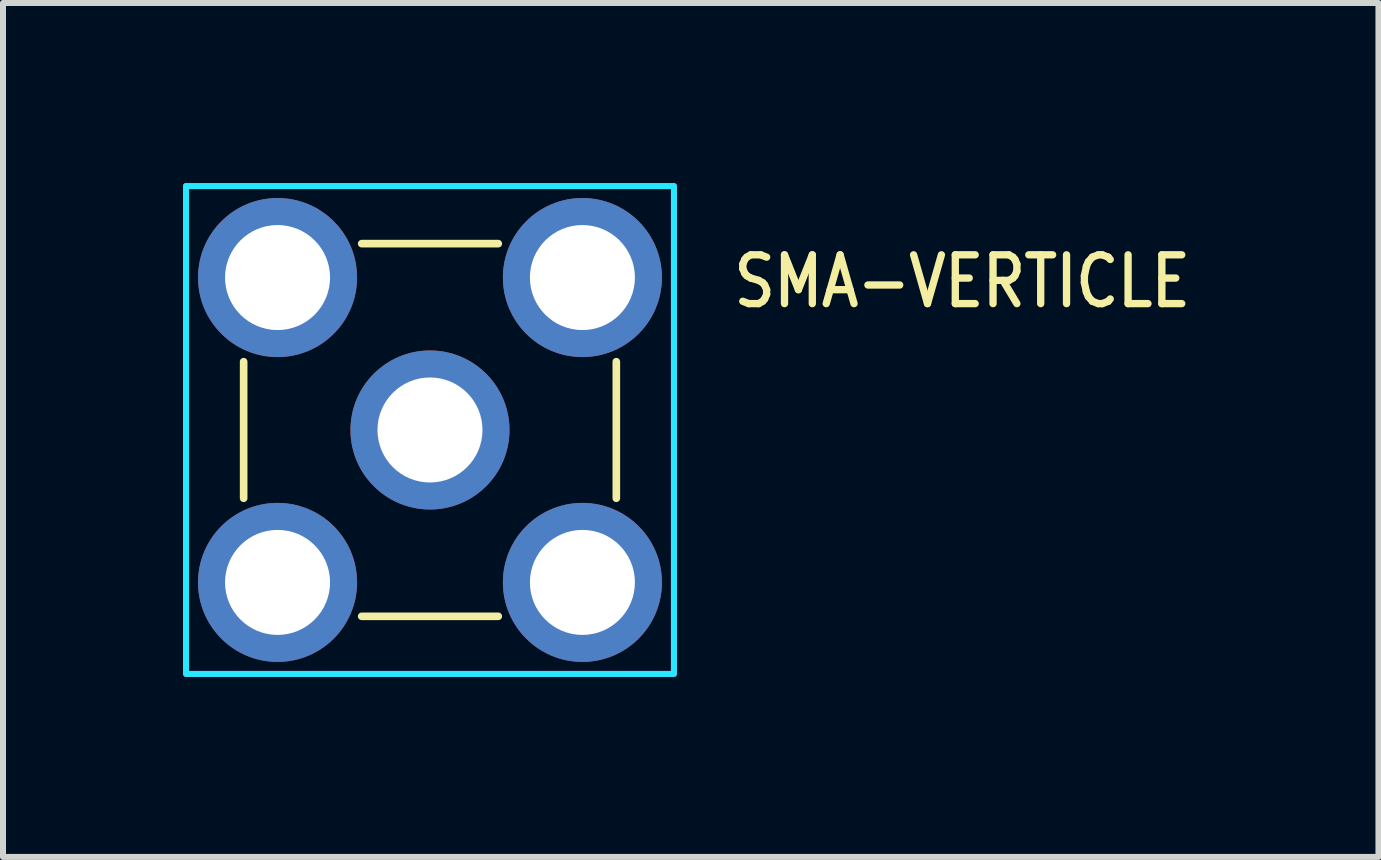
<source format=kicad_pcb>
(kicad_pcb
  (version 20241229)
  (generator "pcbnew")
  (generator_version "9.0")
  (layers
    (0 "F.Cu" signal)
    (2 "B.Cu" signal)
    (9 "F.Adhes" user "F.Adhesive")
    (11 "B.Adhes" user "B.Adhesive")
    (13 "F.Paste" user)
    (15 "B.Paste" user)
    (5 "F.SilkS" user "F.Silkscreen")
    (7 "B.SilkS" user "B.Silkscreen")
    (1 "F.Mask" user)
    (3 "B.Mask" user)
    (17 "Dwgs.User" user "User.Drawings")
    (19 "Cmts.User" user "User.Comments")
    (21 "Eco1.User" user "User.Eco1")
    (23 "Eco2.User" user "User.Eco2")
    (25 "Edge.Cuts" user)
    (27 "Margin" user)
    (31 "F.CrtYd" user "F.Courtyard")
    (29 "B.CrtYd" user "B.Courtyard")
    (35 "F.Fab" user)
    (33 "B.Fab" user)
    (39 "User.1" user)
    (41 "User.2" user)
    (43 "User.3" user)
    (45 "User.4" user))
  (footprint "SMA-VERTICLE"
    (layer "F.Cu")
    (at 4.115 4.115)
    (property "Reference" "SMA-VERTICLE" (at 5 -2 0) (unlocked yes) (layer "F.SilkS") (effects (font (size 0.813 0.695) (thickness 0.122)) (justify left bottom)))
    (fp_line (start -3.105 -1.138) (end -3.105 1.138) (stroke (width 0.127) (type solid)) (layer "F.SilkS"))
    (fp_line (start 1.138 -3.105) (end -1.138 -3.105) (stroke (width 0.127) (type solid)) (layer "F.SilkS"))
    (fp_line (start 1.138 3.105) (end -1.138 3.105) (stroke (width 0.127) (type solid)) (layer "F.SilkS"))
    (fp_line (start 3.105 -1.138) (end 3.105 1.138) (stroke (width 0.127) (type solid)) (layer "F.SilkS"))
    (fp_poly (pts (xy -4.065 -4.065) (xy 4.065 -4.065) (xy 4.065 4.065) (xy -4.065 4.065)) (stroke (width 0.1) (type solid)) (fill no) (layer "B.CrtYd"))
    (fp_poly (pts (xy -4.065 -4.065) (xy 4.065 -4.065) (xy 4.065 4.065) (xy -4.065 4.065)) (stroke (width 0.1) (type solid)) (fill no) (layer "F.CrtYd"))
    (pad "1" thru_hole oval (at -2.54 -2.54) (size 2.65 2.65) (drill 1.75) (layers "*.Cu" "*.Mask"))
    (pad "2" thru_hole oval (at -2.54 2.54) (size 2.65 2.65) (drill 1.75) (layers "*.Cu" "*.Mask"))
    (pad "3" thru_hole oval (at 2.54 2.54) (size 2.65 2.65) (drill 1.75) (layers "*.Cu" "*.Mask"))
    (pad "4" thru_hole oval (at 2.54 -2.54) (size 2.65 2.65) (drill 1.75) (layers "*.Cu" "*.Mask"))
    (pad "5" thru_hole oval (at 0 0) (size 2.65 2.65) (drill 1.75) (layers "*.Cu" "*.Mask")))
  (gr_rect
    (start -3 -3)
    (end 19.92 11.23)
    (stroke (width 0.1) (type default))
    (fill no)
    (layer "Edge.Cuts")))
</source>
